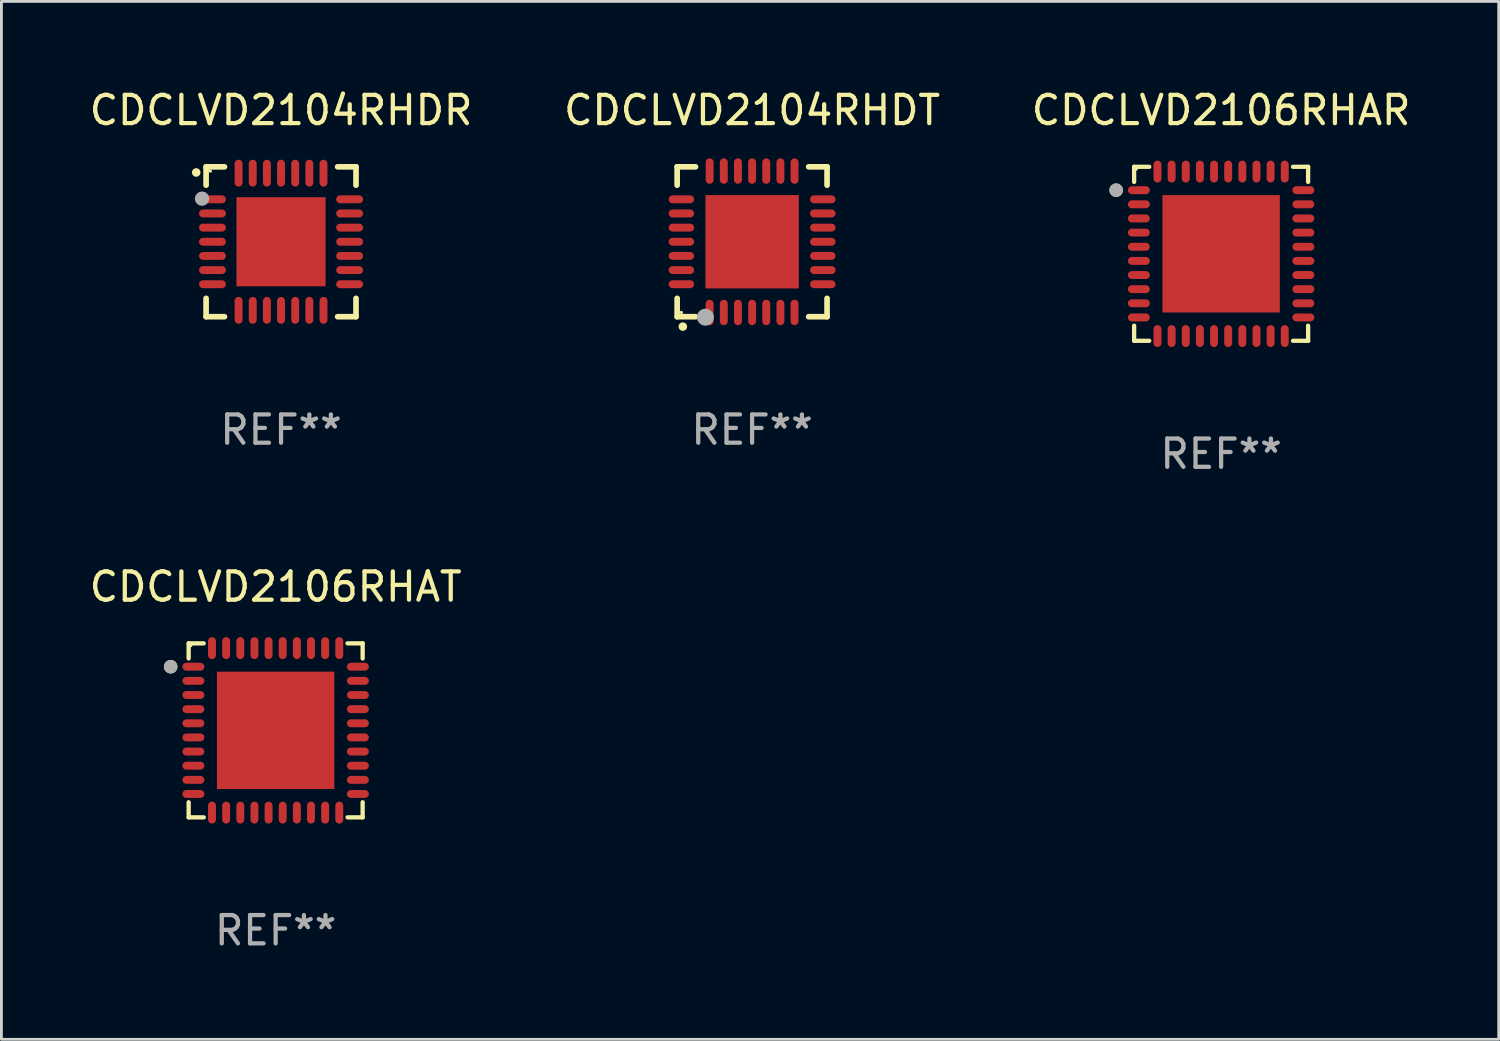
<source format=kicad_pcb>
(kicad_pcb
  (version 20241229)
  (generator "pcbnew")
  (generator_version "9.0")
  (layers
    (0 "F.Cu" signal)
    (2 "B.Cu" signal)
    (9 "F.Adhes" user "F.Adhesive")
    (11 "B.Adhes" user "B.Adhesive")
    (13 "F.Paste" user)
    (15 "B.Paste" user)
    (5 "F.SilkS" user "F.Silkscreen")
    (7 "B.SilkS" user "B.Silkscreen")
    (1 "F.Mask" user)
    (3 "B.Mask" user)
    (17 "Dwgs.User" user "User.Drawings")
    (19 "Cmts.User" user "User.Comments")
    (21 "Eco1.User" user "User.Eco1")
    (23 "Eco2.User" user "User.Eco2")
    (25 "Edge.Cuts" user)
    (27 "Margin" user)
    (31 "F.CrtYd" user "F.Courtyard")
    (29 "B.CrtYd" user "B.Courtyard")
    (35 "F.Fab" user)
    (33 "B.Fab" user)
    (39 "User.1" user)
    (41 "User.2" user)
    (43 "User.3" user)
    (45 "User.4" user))
  (footprint "CDCLVD2104RHDT"
    (layer "F.Cu")
    (at 23.542 5.498)
    (property "Reference" "CDCLVD2104RHDT" (at 0 -4.65 0) (layer "F.SilkS") (effects (font (size 1 1) (thickness 0.15))))
    (attr through_hole)
    (fp_line (start -2.65 -2.65) (end -2.65 -2) (stroke (width 0.2) (type solid)) (layer "F.SilkS"))
    (fp_line (start -2.65 2.65) (end -2.65 2) (stroke (width 0.2) (type solid)) (layer "F.SilkS"))
    (fp_line (start -2 -2.65) (end -2.65 -2.65) (stroke (width 0.2) (type solid)) (layer "F.SilkS"))
    (fp_line (start -2 2.65) (end -2.65 2.65) (stroke (width 0.2) (type solid)) (layer "F.SilkS"))
    (fp_line (start 2 2.65) (end 2.65 2.65) (stroke (width 0.2) (type solid)) (layer "F.SilkS"))
    (fp_line (start 2.65 -2.65) (end 2 -2.65) (stroke (width 0.2) (type solid)) (layer "F.SilkS"))
    (fp_line (start 2.65 -2) (end 2.65 -2.65) (stroke (width 0.2) (type solid)) (layer "F.SilkS"))
    (fp_line (start 2.65 2.65) (end 2.65 2) (stroke (width 0.2) (type solid)) (layer "F.SilkS"))
    (fp_arc (start -2.451105 2.999746) (mid -2.449835 2.999741) (end -2.448565 2.999746) (stroke (width 0.3) (type solid)) (layer "F.SilkS"))
    (fp_circle (center -2.5 2.5) (end -2.47 2.5) (stroke (width 0.06) (type solid)) (fill no) (layer "F.SilkS"))
    (fp_circle (center -1.651 2.667) (end -1.501 2.667) (stroke (width 0.3) (type solid)) (fill no) (layer "F.Fab"))
    (fp_text user "REF**" (at 0 6.65 0) (layer "F.Fab") (effects (font (size 1 1) (thickness 0.15))))
    (pad "1" smd oval (at -1.501 2.5 180) (size 0.28 0.9) (layers "F.Cu" "F.Mask" "F.Paste"))
    (pad "2" smd oval (at -1.001 2.5 180) (size 0.28 0.9) (layers "F.Cu" "F.Mask" "F.Paste"))
    (pad "3" smd oval (at -0.5 2.5 180) (size 0.28 0.9) (layers "F.Cu" "F.Mask" "F.Paste"))
    (pad "4" smd oval (at 0 2.5 180) (size 0.28 0.9) (layers "F.Cu" "F.Mask" "F.Paste"))
    (pad "5" smd oval (at 0.5 2.5 180) (size 0.28 0.9) (layers "F.Cu" "F.Mask" "F.Paste"))
    (pad "6" smd oval (at 1.001 2.5 180) (size 0.28 0.9) (layers "F.Cu" "F.Mask" "F.Paste"))
    (pad "7" smd oval (at 1.501 2.5 180) (size 0.28 0.9) (layers "F.Cu" "F.Mask" "F.Paste"))
    (pad "8" smd oval (at 2.5 1.501 90) (size 0.28 0.9) (layers "F.Cu" "F.Mask" "F.Paste"))
    (pad "9" smd oval (at 2.5 1.001 90) (size 0.28 0.9) (layers "F.Cu" "F.Mask" "F.Paste"))
    (pad "10" smd oval (at 2.5 0.5 90) (size 0.28 0.9) (layers "F.Cu" "F.Mask" "F.Paste"))
    (pad "11" smd oval (at 2.5 0 90) (size 0.28 0.9) (layers "F.Cu" "F.Mask" "F.Paste"))
    (pad "12" smd oval (at 2.5 -0.5 90) (size 0.28 0.9) (layers "F.Cu" "F.Mask" "F.Paste"))
    (pad "13" smd oval (at 2.5 -1.001 90) (size 0.28 0.9) (layers "F.Cu" "F.Mask" "F.Paste"))
    (pad "14" smd oval (at 2.5 -1.501 90) (size 0.28 0.9) (layers "F.Cu" "F.Mask" "F.Paste"))
    (pad "15" smd oval (at 1.501 -2.5 180) (size 0.28 0.9) (layers "F.Cu" "F.Mask" "F.Paste"))
    (pad "16" smd oval (at 1.001 -2.5 180) (size 0.28 0.9) (layers "F.Cu" "F.Mask" "F.Paste"))
    (pad "17" smd oval (at 0.5 -2.5 180) (size 0.28 0.9) (layers "F.Cu" "F.Mask" "F.Paste"))
    (pad "18" smd oval (at 0 -2.5 180) (size 0.28 0.9) (layers "F.Cu" "F.Mask" "F.Paste"))
    (pad "19" smd oval (at -0.5 -2.5 180) (size 0.28 0.9) (layers "F.Cu" "F.Mask" "F.Paste"))
    (pad "20" smd oval (at -1.001 -2.5 180) (size 0.28 0.9) (layers "F.Cu" "F.Mask" "F.Paste"))
    (pad "21" smd oval (at -1.501 -2.5 180) (size 0.28 0.9) (layers "F.Cu" "F.Mask" "F.Paste"))
    (pad "22" smd oval (at -2.5 -1.501 90) (size 0.28 0.9) (layers "F.Cu" "F.Mask" "F.Paste"))
    (pad "23" smd oval (at -2.5 -1.001 90) (size 0.28 0.9) (layers "F.Cu" "F.Mask" "F.Paste"))
    (pad "24" smd oval (at -2.5 -0.5 90) (size 0.28 0.9) (layers "F.Cu" "F.Mask" "F.Paste"))
    (pad "25" smd oval (at -2.5 0 90) (size 0.28 0.9) (layers "F.Cu" "F.Mask" "F.Paste"))
    (pad "26" smd oval (at -2.5 0.5 90) (size 0.28 0.9) (layers "F.Cu" "F.Mask" "F.Paste"))
    (pad "27" smd oval (at -2.5 1.001 90) (size 0.28 0.9) (layers "F.Cu" "F.Mask" "F.Paste"))
    (pad "28" smd oval (at -2.5 1.501 90) (size 0.28 0.9) (layers "F.Cu" "F.Mask" "F.Paste"))
    (pad "29" smd rect (at 0 0 90) (size 3.3 3.3) (layers "F.Cu" "F.Mask" "F.Paste")))
  (footprint "CDCLVD2106RHAR"
    (layer "F.Cu")
    (at 40.125 5.924)
    (property "Reference" "CDCLVD2106RHAR" (at 0 -5.076 0) (layer "F.SilkS") (effects (font (size 1 1) (thickness 0.15))))
    (attr through_hole)
    (fp_line (start -3.076 -3.076) (end -2.542 -3.076) (stroke (width 0.152) (type solid)) (layer "F.SilkS"))
    (fp_line (start -3.076 -2.542) (end -3.076 -3.076) (stroke (width 0.152) (type solid)) (layer "F.SilkS"))
    (fp_line (start -3.076 2.542) (end -3.076 3.076) (stroke (width 0.152) (type solid)) (layer "F.SilkS"))
    (fp_line (start -3.076 3.076) (end -2.542 3.076) (stroke (width 0.152) (type solid)) (layer "F.SilkS"))
    (fp_line (start 3.076 -3.076) (end 2.542 -3.076) (stroke (width 0.152) (type solid)) (layer "F.SilkS"))
    (fp_line (start 3.076 -2.542) (end 3.076 -3.076) (stroke (width 0.152) (type solid)) (layer "F.SilkS"))
    (fp_line (start 3.076 2.542) (end 3.076 3.076) (stroke (width 0.152) (type solid)) (layer "F.SilkS"))
    (fp_line (start 3.076 3.076) (end 2.542 3.076) (stroke (width 0.152) (type solid)) (layer "F.SilkS"))
    (fp_circle (center -3.711 -2.25) (end -3.591 -2.25) (stroke (width 0.24) (type solid)) (fill no) (layer "F.SilkS"))
    (fp_circle (center -3 -3) (end -2.97 -3) (stroke (width 0.06) (type solid)) (fill no) (layer "F.SilkS"))
    (fp_circle (center -3.711 -2.25) (end -3.591 -2.25) (stroke (width 0.24) (type solid)) (fill no) (layer "F.Fab"))
    (fp_text user "REF**" (at 0 7.076 0) (layer "F.Fab") (effects (font (size 1 1) (thickness 0.15))))
    (pad "1" smd oval (at -2.908 -2.25) (size 0.775 0.28) (layers "F.Cu" "F.Mask" "F.Paste"))
    (pad "2" smd oval (at -2.908 -1.75) (size 0.775 0.28) (layers "F.Cu" "F.Mask" "F.Paste"))
    (pad "3" smd oval (at -2.908 -1.25) (size 0.775 0.28) (layers "F.Cu" "F.Mask" "F.Paste"))
    (pad "4" smd oval (at -2.908 -0.75) (size 0.775 0.28) (layers "F.Cu" "F.Mask" "F.Paste"))
    (pad "5" smd oval (at -2.908 -0.25) (size 0.775 0.28) (layers "F.Cu" "F.Mask" "F.Paste"))
    (pad "6" smd oval (at -2.908 0.25) (size 0.775 0.28) (layers "F.Cu" "F.Mask" "F.Paste"))
    (pad "7" smd oval (at -2.908 0.75) (size 0.775 0.28) (layers "F.Cu" "F.Mask" "F.Paste"))
    (pad "8" smd oval (at -2.908 1.25) (size 0.775 0.28) (layers "F.Cu" "F.Mask" "F.Paste"))
    (pad "9" smd oval (at -2.908 1.75) (size 0.775 0.28) (layers "F.Cu" "F.Mask" "F.Paste"))
    (pad "10" smd oval (at -2.908 2.25) (size 0.775 0.28) (layers "F.Cu" "F.Mask" "F.Paste"))
    (pad "11" smd oval (at -2.25 2.908) (size 0.28 0.775) (layers "F.Cu" "F.Mask" "F.Paste"))
    (pad "12" smd oval (at -1.75 2.908) (size 0.28 0.775) (layers "F.Cu" "F.Mask" "F.Paste"))
    (pad "13" smd oval (at -1.25 2.908) (size 0.28 0.775) (layers "F.Cu" "F.Mask" "F.Paste"))
    (pad "14" smd oval (at -0.75 2.908) (size 0.28 0.775) (layers "F.Cu" "F.Mask" "F.Paste"))
    (pad "15" smd oval (at -0.25 2.908) (size 0.28 0.775) (layers "F.Cu" "F.Mask" "F.Paste"))
    (pad "16" smd oval (at 0.25 2.908) (size 0.28 0.775) (layers "F.Cu" "F.Mask" "F.Paste"))
    (pad "17" smd oval (at 0.75 2.908) (size 0.28 0.775) (layers "F.Cu" "F.Mask" "F.Paste"))
    (pad "18" smd oval (at 1.25 2.908) (size 0.28 0.775) (layers "F.Cu" "F.Mask" "F.Paste"))
    (pad "19" smd oval (at 1.75 2.908) (size 0.28 0.775) (layers "F.Cu" "F.Mask" "F.Paste"))
    (pad "20" smd oval (at 2.25 2.908) (size 0.28 0.775) (layers "F.Cu" "F.Mask" "F.Paste"))
    (pad "21" smd oval (at 2.908 2.25) (size 0.775 0.28) (layers "F.Cu" "F.Mask" "F.Paste"))
    (pad "22" smd oval (at 2.908 1.75) (size 0.775 0.28) (layers "F.Cu" "F.Mask" "F.Paste"))
    (pad "23" smd oval (at 2.908 1.25) (size 0.775 0.28) (layers "F.Cu" "F.Mask" "F.Paste"))
    (pad "24" smd oval (at 2.908 0.75) (size 0.775 0.28) (layers "F.Cu" "F.Mask" "F.Paste"))
    (pad "25" smd oval (at 2.908 0.25) (size 0.775 0.28) (layers "F.Cu" "F.Mask" "F.Paste"))
    (pad "26" smd oval (at 2.908 -0.25) (size 0.775 0.28) (layers "F.Cu" "F.Mask" "F.Paste"))
    (pad "27" smd oval (at 2.908 -0.75) (size 0.775 0.28) (layers "F.Cu" "F.Mask" "F.Paste"))
    (pad "28" smd oval (at 2.908 -1.25) (size 0.775 0.28) (layers "F.Cu" "F.Mask" "F.Paste"))
    (pad "29" smd oval (at 2.908 -1.75) (size 0.775 0.28) (layers "F.Cu" "F.Mask" "F.Paste"))
    (pad "30" smd oval (at 2.908 -2.25) (size 0.775 0.28) (layers "F.Cu" "F.Mask" "F.Paste"))
    (pad "31" smd oval (at 2.25 -2.908) (size 0.28 0.775) (layers "F.Cu" "F.Mask" "F.Paste"))
    (pad "32" smd oval (at 1.75 -2.908) (size 0.28 0.775) (layers "F.Cu" "F.Mask" "F.Paste"))
    (pad "33" smd oval (at 1.25 -2.908) (size 0.28 0.775) (layers "F.Cu" "F.Mask" "F.Paste"))
    (pad "34" smd oval (at 0.75 -2.908) (size 0.28 0.775) (layers "F.Cu" "F.Mask" "F.Paste"))
    (pad "35" smd oval (at 0.25 -2.908) (size 0.28 0.775) (layers "F.Cu" "F.Mask" "F.Paste"))
    (pad "36" smd oval (at -0.25 -2.908) (size 0.28 0.775) (layers "F.Cu" "F.Mask" "F.Paste"))
    (pad "37" smd oval (at -0.75 -2.908) (size 0.28 0.775) (layers "F.Cu" "F.Mask" "F.Paste"))
    (pad "38" smd oval (at -1.25 -2.908) (size 0.28 0.775) (layers "F.Cu" "F.Mask" "F.Paste"))
    (pad "39" smd oval (at -1.75 -2.908) (size 0.28 0.775) (layers "F.Cu" "F.Mask" "F.Paste"))
    (pad "40" smd oval (at -2.25 -2.908) (size 0.28 0.775) (layers "F.Cu" "F.Mask" "F.Paste"))
    (pad "41" smd rect (at 0 0) (size 4.15 4.15) (layers "F.Cu" "F.Mask" "F.Paste")))
  (footprint "CDCLVD2106RHAT"
    (layer "F.Cu")
    (at 6.696 22.773)
    (property "Reference" "CDCLVD2106RHAT" (at 0 -5.076 0) (layer "F.SilkS") (effects (font (size 1 1) (thickness 0.15))))
    (attr through_hole)
    (fp_line (start -3.076 -3.076) (end -2.542 -3.076) (stroke (width 0.152) (type solid)) (layer "F.SilkS"))
    (fp_line (start -3.076 -2.542) (end -3.076 -3.076) (stroke (width 0.152) (type solid)) (layer "F.SilkS"))
    (fp_line (start -3.076 2.542) (end -3.076 3.076) (stroke (width 0.152) (type solid)) (layer "F.SilkS"))
    (fp_line (start -3.076 3.076) (end -2.542 3.076) (stroke (width 0.152) (type solid)) (layer "F.SilkS"))
    (fp_line (start 3.076 -3.076) (end 2.542 -3.076) (stroke (width 0.152) (type solid)) (layer "F.SilkS"))
    (fp_line (start 3.076 -2.542) (end 3.076 -3.076) (stroke (width 0.152) (type solid)) (layer "F.SilkS"))
    (fp_line (start 3.076 2.542) (end 3.076 3.076) (stroke (width 0.152) (type solid)) (layer "F.SilkS"))
    (fp_line (start 3.076 3.076) (end 2.542 3.076) (stroke (width 0.152) (type solid)) (layer "F.SilkS"))
    (fp_circle (center -3.711 -2.25) (end -3.591 -2.25) (stroke (width 0.24) (type solid)) (fill no) (layer "F.SilkS"))
    (fp_circle (center -3 -3) (end -2.97 -3) (stroke (width 0.06) (type solid)) (fill no) (layer "F.SilkS"))
    (fp_circle (center -3.711 -2.25) (end -3.591 -2.25) (stroke (width 0.24) (type solid)) (fill no) (layer "F.Fab"))
    (fp_text user "REF**" (at 0 7.076 0) (layer "F.Fab") (effects (font (size 1 1) (thickness 0.15))))
    (pad "1" smd oval (at -2.908 -2.25) (size 0.775 0.28) (layers "F.Cu" "F.Mask" "F.Paste"))
    (pad "2" smd oval (at -2.908 -1.75) (size 0.775 0.28) (layers "F.Cu" "F.Mask" "F.Paste"))
    (pad "3" smd oval (at -2.908 -1.25) (size 0.775 0.28) (layers "F.Cu" "F.Mask" "F.Paste"))
    (pad "4" smd oval (at -2.908 -0.75) (size 0.775 0.28) (layers "F.Cu" "F.Mask" "F.Paste"))
    (pad "5" smd oval (at -2.908 -0.25) (size 0.775 0.28) (layers "F.Cu" "F.Mask" "F.Paste"))
    (pad "6" smd oval (at -2.908 0.25) (size 0.775 0.28) (layers "F.Cu" "F.Mask" "F.Paste"))
    (pad "7" smd oval (at -2.908 0.75) (size 0.775 0.28) (layers "F.Cu" "F.Mask" "F.Paste"))
    (pad "8" smd oval (at -2.908 1.25) (size 0.775 0.28) (layers "F.Cu" "F.Mask" "F.Paste"))
    (pad "9" smd oval (at -2.908 1.75) (size 0.775 0.28) (layers "F.Cu" "F.Mask" "F.Paste"))
    (pad "10" smd oval (at -2.908 2.25) (size 0.775 0.28) (layers "F.Cu" "F.Mask" "F.Paste"))
    (pad "11" smd oval (at -2.25 2.908) (size 0.28 0.775) (layers "F.Cu" "F.Mask" "F.Paste"))
    (pad "12" smd oval (at -1.75 2.908) (size 0.28 0.775) (layers "F.Cu" "F.Mask" "F.Paste"))
    (pad "13" smd oval (at -1.25 2.908) (size 0.28 0.775) (layers "F.Cu" "F.Mask" "F.Paste"))
    (pad "14" smd oval (at -0.75 2.908) (size 0.28 0.775) (layers "F.Cu" "F.Mask" "F.Paste"))
    (pad "15" smd oval (at -0.25 2.908) (size 0.28 0.775) (layers "F.Cu" "F.Mask" "F.Paste"))
    (pad "16" smd oval (at 0.25 2.908) (size 0.28 0.775) (layers "F.Cu" "F.Mask" "F.Paste"))
    (pad "17" smd oval (at 0.75 2.908) (size 0.28 0.775) (layers "F.Cu" "F.Mask" "F.Paste"))
    (pad "18" smd oval (at 1.25 2.908) (size 0.28 0.775) (layers "F.Cu" "F.Mask" "F.Paste"))
    (pad "19" smd oval (at 1.75 2.908) (size 0.28 0.775) (layers "F.Cu" "F.Mask" "F.Paste"))
    (pad "20" smd oval (at 2.25 2.908) (size 0.28 0.775) (layers "F.Cu" "F.Mask" "F.Paste"))
    (pad "21" smd oval (at 2.908 2.25) (size 0.775 0.28) (layers "F.Cu" "F.Mask" "F.Paste"))
    (pad "22" smd oval (at 2.908 1.75) (size 0.775 0.28) (layers "F.Cu" "F.Mask" "F.Paste"))
    (pad "23" smd oval (at 2.908 1.25) (size 0.775 0.28) (layers "F.Cu" "F.Mask" "F.Paste"))
    (pad "24" smd oval (at 2.908 0.75) (size 0.775 0.28) (layers "F.Cu" "F.Mask" "F.Paste"))
    (pad "25" smd oval (at 2.908 0.25) (size 0.775 0.28) (layers "F.Cu" "F.Mask" "F.Paste"))
    (pad "26" smd oval (at 2.908 -0.25) (size 0.775 0.28) (layers "F.Cu" "F.Mask" "F.Paste"))
    (pad "27" smd oval (at 2.908 -0.75) (size 0.775 0.28) (layers "F.Cu" "F.Mask" "F.Paste"))
    (pad "28" smd oval (at 2.908 -1.25) (size 0.775 0.28) (layers "F.Cu" "F.Mask" "F.Paste"))
    (pad "29" smd oval (at 2.908 -1.75) (size 0.775 0.28) (layers "F.Cu" "F.Mask" "F.Paste"))
    (pad "30" smd oval (at 2.908 -2.25) (size 0.775 0.28) (layers "F.Cu" "F.Mask" "F.Paste"))
    (pad "31" smd oval (at 2.25 -2.908) (size 0.28 0.775) (layers "F.Cu" "F.Mask" "F.Paste"))
    (pad "32" smd oval (at 1.75 -2.908) (size 0.28 0.775) (layers "F.Cu" "F.Mask" "F.Paste"))
    (pad "33" smd oval (at 1.25 -2.908) (size 0.28 0.775) (layers "F.Cu" "F.Mask" "F.Paste"))
    (pad "34" smd oval (at 0.75 -2.908) (size 0.28 0.775) (layers "F.Cu" "F.Mask" "F.Paste"))
    (pad "35" smd oval (at 0.25 -2.908) (size 0.28 0.775) (layers "F.Cu" "F.Mask" "F.Paste"))
    (pad "36" smd oval (at -0.25 -2.908) (size 0.28 0.775) (layers "F.Cu" "F.Mask" "F.Paste"))
    (pad "37" smd oval (at -0.75 -2.908) (size 0.28 0.775) (layers "F.Cu" "F.Mask" "F.Paste"))
    (pad "38" smd oval (at -1.25 -2.908) (size 0.28 0.775) (layers "F.Cu" "F.Mask" "F.Paste"))
    (pad "39" smd oval (at -1.75 -2.908) (size 0.28 0.775) (layers "F.Cu" "F.Mask" "F.Paste"))
    (pad "40" smd oval (at -2.25 -2.908) (size 0.28 0.775) (layers "F.Cu" "F.Mask" "F.Paste"))
    (pad "41" smd rect (at 0 0) (size 4.15 4.15) (layers "F.Cu" "F.Mask" "F.Paste")))
  (footprint "CDCLVD2104RHDR"
    (layer "F.Cu")
    (at 6.887 5.498)
    (property "Reference" "CDCLVD2104RHDR" (at 0 -4.65 0) (layer "F.SilkS") (effects (font (size 1 1) (thickness 0.15))))
    (attr through_hole)
    (fp_line (start -2.65 -2.65) (end -2 -2.65) (stroke (width 0.2) (type solid)) (layer "F.SilkS"))
    (fp_line (start -2.65 -2) (end -2.65 -2.65) (stroke (width 0.2) (type solid)) (layer "F.SilkS"))
    (fp_line (start -2.65 2) (end -2.65 2.65) (stroke (width 0.2) (type solid)) (layer "F.SilkS"))
    (fp_line (start -2.65 2.65) (end -2 2.65) (stroke (width 0.2) (type solid)) (layer "F.SilkS"))
    (fp_line (start 2 2.65) (end 2.65 2.65) (stroke (width 0.2) (type solid)) (layer "F.SilkS"))
    (fp_line (start 2.65 -2.65) (end 2 -2.65) (stroke (width 0.2) (type solid)) (layer "F.SilkS"))
    (fp_line (start 2.65 -2) (end 2.65 -2.65) (stroke (width 0.2) (type solid)) (layer "F.SilkS"))
    (fp_line (start 2.65 2.65) (end 2.65 2) (stroke (width 0.2) (type solid)) (layer "F.SilkS"))
    (fp_arc (start -2.999746 -2.448565) (mid -2.999751 -2.449835) (end -2.999746 -2.451105) (stroke (width 0.3) (type solid)) (layer "F.SilkS"))
    (fp_circle (center -2.501 -2.501) (end -2.471 -2.501) (stroke (width 0.06) (type solid)) (fill no) (layer "F.SilkS"))
    (fp_circle (center -2.794 -1.524) (end -2.667 -1.524) (stroke (width 0.254) (type solid)) (fill no) (layer "F.Fab"))
    (fp_text user "REF**" (at 0 6.65 0) (layer "F.Fab") (effects (font (size 1 1) (thickness 0.15))))
    (pad "1" smd oval (at -2.425 -1.501) (size 0.95 0.28) (layers "F.Cu" "F.Mask" "F.Paste"))
    (pad "2" smd oval (at -2.425 -1.001) (size 0.95 0.28) (layers "F.Cu" "F.Mask" "F.Paste"))
    (pad "3" smd oval (at -2.425 -0.5) (size 0.95 0.28) (layers "F.Cu" "F.Mask" "F.Paste"))
    (pad "4" smd oval (at -2.425 0.000127) (size 0.95 0.28) (layers "F.Cu" "F.Mask" "F.Paste"))
    (pad "5" smd oval (at -2.425 0.501) (size 0.95 0.28) (layers "F.Cu" "F.Mask" "F.Paste"))
    (pad "6" smd oval (at -2.425 1.001) (size 0.95 0.28) (layers "F.Cu" "F.Mask" "F.Paste"))
    (pad "7" smd oval (at -2.425 1.501) (size 0.95 0.28) (layers "F.Cu" "F.Mask" "F.Paste"))
    (pad "8" smd oval (at -1.501 2.425) (size 0.28 0.95) (layers "F.Cu" "F.Mask" "F.Paste"))
    (pad "9" smd oval (at -1.001 2.425) (size 0.28 0.95) (layers "F.Cu" "F.Mask" "F.Paste"))
    (pad "10" smd oval (at -0.5 2.425) (size 0.28 0.95) (layers "F.Cu" "F.Mask" "F.Paste"))
    (pad "11" smd oval (at 0.000025 2.425) (size 0.28 0.95) (layers "F.Cu" "F.Mask" "F.Paste"))
    (pad "12" smd oval (at 0.5 2.425) (size 0.28 0.95) (layers "F.Cu" "F.Mask" "F.Paste"))
    (pad "13" smd oval (at 1.001 2.425) (size 0.28 0.95) (layers "F.Cu" "F.Mask" "F.Paste"))
    (pad "14" smd oval (at 1.501 2.425) (size 0.28 0.95) (layers "F.Cu" "F.Mask" "F.Paste"))
    (pad "15" smd oval (at 2.425 1.501) (size 0.95 0.28) (layers "F.Cu" "F.Mask" "F.Paste"))
    (pad "16" smd oval (at 2.425 1.001) (size 0.95 0.28) (layers "F.Cu" "F.Mask" "F.Paste"))
    (pad "17" smd oval (at 2.425 0.501) (size 0.95 0.28) (layers "F.Cu" "F.Mask" "F.Paste"))
    (pad "18" smd oval (at 2.425 0.000127) (size 0.95 0.28) (layers "F.Cu" "F.Mask" "F.Paste"))
    (pad "19" smd oval (at 2.425 -0.5) (size 0.95 0.28) (layers "F.Cu" "F.Mask" "F.Paste"))
    (pad "20" smd oval (at 2.425 -1.001) (size 0.95 0.28) (layers "F.Cu" "F.Mask" "F.Paste"))
    (pad "21" smd oval (at 2.425 -1.501) (size 0.95 0.28) (layers "F.Cu" "F.Mask" "F.Paste"))
    (pad "22" smd oval (at 1.501 -2.425) (size 0.28 0.95) (layers "F.Cu" "F.Mask" "F.Paste"))
    (pad "23" smd oval (at 1.001 -2.425) (size 0.28 0.95) (layers "F.Cu" "F.Mask" "F.Paste"))
    (pad "24" smd oval (at 0.5 -2.425) (size 0.28 0.95) (layers "F.Cu" "F.Mask" "F.Paste"))
    (pad "25" smd oval (at 0.000025 -2.425) (size 0.28 0.95) (layers "F.Cu" "F.Mask" "F.Paste"))
    (pad "26" smd oval (at -0.5 -2.425) (size 0.28 0.95) (layers "F.Cu" "F.Mask" "F.Paste"))
    (pad "27" smd oval (at -1.001 -2.425) (size 0.28 0.95) (layers "F.Cu" "F.Mask" "F.Paste"))
    (pad "28" smd oval (at -1.501 -2.425) (size 0.28 0.95) (layers "F.Cu" "F.Mask" "F.Paste"))
    (pad "29" smd rect (at 0.000025 0.000127) (size 3.15 3.15) (layers "F.Cu" "F.Mask" "F.Paste")))
  (gr_rect
    (start -3 -3)
    (end 49.94 33.698)
    (stroke (width 0.1) (type default))
    (fill no)
    (layer "Edge.Cuts")))
</source>
